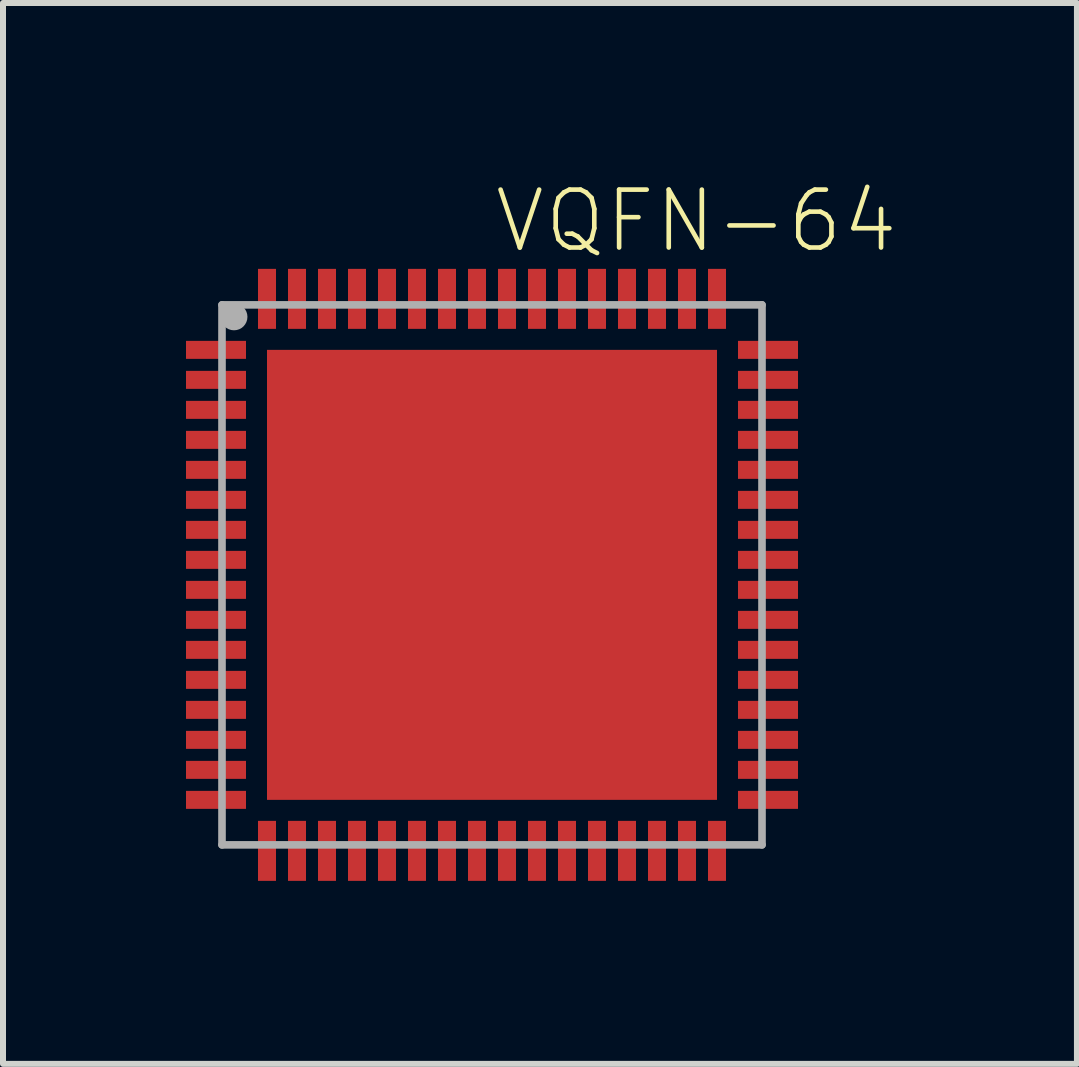
<source format=kicad_pcb>
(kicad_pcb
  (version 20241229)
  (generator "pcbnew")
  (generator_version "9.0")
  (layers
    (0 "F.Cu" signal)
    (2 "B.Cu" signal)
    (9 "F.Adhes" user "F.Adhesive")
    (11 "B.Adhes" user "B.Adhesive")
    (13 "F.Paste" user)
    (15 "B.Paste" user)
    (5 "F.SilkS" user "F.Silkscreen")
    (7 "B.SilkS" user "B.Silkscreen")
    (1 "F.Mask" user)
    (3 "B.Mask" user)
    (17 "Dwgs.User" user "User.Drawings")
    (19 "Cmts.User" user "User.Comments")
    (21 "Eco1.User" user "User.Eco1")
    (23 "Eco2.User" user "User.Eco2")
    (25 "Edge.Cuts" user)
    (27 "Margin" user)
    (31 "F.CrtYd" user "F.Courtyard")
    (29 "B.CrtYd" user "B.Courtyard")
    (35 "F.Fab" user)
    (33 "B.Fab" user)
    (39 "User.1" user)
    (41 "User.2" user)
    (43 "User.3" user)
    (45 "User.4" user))
  (footprint "VQFN-64"
    (layer "F.Cu")
    (at 5.15 6.531)
    (property "Reference" "VQFN-64" (at 0 -5.334 180) (layer "F.SilkS") (effects (font (size 0.965 0.965) (thickness 0.077)) (justify left bottom)))
    (attr through_hole)
    (fp_poly (pts (xy -5.15 -3.55) (xy -4.05 -3.55) (xy -4.05 -3.95) (xy -5.15 -3.95)) (stroke (width 0) (type solid)) (fill yes) (layer "F.Mask"))
    (fp_poly (pts (xy -5.15 -3.05) (xy -4.05 -3.05) (xy -4.05 -3.45) (xy -5.15 -3.45)) (stroke (width 0) (type solid)) (fill yes) (layer "F.Mask"))
    (fp_poly (pts (xy -5.15 -2.55) (xy -4.05 -2.55) (xy -4.05 -2.95) (xy -5.15 -2.95)) (stroke (width 0) (type solid)) (fill yes) (layer "F.Mask"))
    (fp_poly (pts (xy -5.15 -2.05) (xy -4.05 -2.05) (xy -4.05 -2.45) (xy -5.15 -2.45)) (stroke (width 0) (type solid)) (fill yes) (layer "F.Mask"))
    (fp_poly (pts (xy -5.15 -1.55) (xy -4.05 -1.55) (xy -4.05 -1.95) (xy -5.15 -1.95)) (stroke (width 0) (type solid)) (fill yes) (layer "F.Mask"))
    (fp_poly (pts (xy -5.15 -1.05) (xy -4.05 -1.05) (xy -4.05 -1.45) (xy -5.15 -1.45)) (stroke (width 0) (type solid)) (fill yes) (layer "F.Mask"))
    (fp_poly (pts (xy -5.15 -0.55) (xy -4.05 -0.55) (xy -4.05 -0.95) (xy -5.15 -0.95)) (stroke (width 0) (type solid)) (fill yes) (layer "F.Mask"))
    (fp_poly (pts (xy -5.15 -0.05) (xy -4.05 -0.05) (xy -4.05 -0.45) (xy -5.15 -0.45)) (stroke (width 0) (type solid)) (fill yes) (layer "F.Mask"))
    (fp_poly (pts (xy -5.15 0.45) (xy -4.05 0.45) (xy -4.05 0.05) (xy -5.15 0.05)) (stroke (width 0) (type solid)) (fill yes) (layer "F.Mask"))
    (fp_poly (pts (xy -5.15 0.95) (xy -4.05 0.95) (xy -4.05 0.55) (xy -5.15 0.55)) (stroke (width 0) (type solid)) (fill yes) (layer "F.Mask"))
    (fp_poly (pts (xy -5.15 1.45) (xy -4.05 1.45) (xy -4.05 1.05) (xy -5.15 1.05)) (stroke (width 0) (type solid)) (fill yes) (layer "F.Mask"))
    (fp_poly (pts (xy -5.15 1.95) (xy -4.05 1.95) (xy -4.05 1.55) (xy -5.15 1.55)) (stroke (width 0) (type solid)) (fill yes) (layer "F.Mask"))
    (fp_poly (pts (xy -5.15 2.45) (xy -4.05 2.45) (xy -4.05 2.05) (xy -5.15 2.05)) (stroke (width 0) (type solid)) (fill yes) (layer "F.Mask"))
    (fp_poly (pts (xy -5.15 2.95) (xy -4.05 2.95) (xy -4.05 2.55) (xy -5.15 2.55)) (stroke (width 0) (type solid)) (fill yes) (layer "F.Mask"))
    (fp_poly (pts (xy -5.15 3.45) (xy -4.05 3.45) (xy -4.05 3.05) (xy -5.15 3.05)) (stroke (width 0) (type solid)) (fill yes) (layer "F.Mask"))
    (fp_poly (pts (xy -5.15 3.95) (xy -4.05 3.95) (xy -4.05 3.55) (xy -5.15 3.55)) (stroke (width 0) (type solid)) (fill yes) (layer "F.Mask"))
    (fp_poly (pts (xy -3.95 -5.15) (xy -3.95 -4.05) (xy -3.55 -4.05) (xy -3.55 -5.15)) (stroke (width 0) (type solid)) (fill yes) (layer "F.Mask"))
    (fp_poly (pts (xy -3.8 3.8) (xy 3.8 3.8) (xy 3.8 -3.8) (xy -3.8 -3.8)) (stroke (width 0) (type solid)) (fill yes) (layer "F.Mask"))
    (fp_poly (pts (xy -3.55 5.15) (xy -3.55 4.05) (xy -3.95 4.05) (xy -3.95 5.15)) (stroke (width 0) (type solid)) (fill yes) (layer "F.Mask"))
    (fp_poly (pts (xy -3.45 -5.15) (xy -3.45 -4.05) (xy -3.05 -4.05) (xy -3.05 -5.15)) (stroke (width 0) (type solid)) (fill yes) (layer "F.Mask"))
    (fp_poly (pts (xy -3.05 5.15) (xy -3.05 4.05) (xy -3.45 4.05) (xy -3.45 5.15)) (stroke (width 0) (type solid)) (fill yes) (layer "F.Mask"))
    (fp_poly (pts (xy -2.95 -5.15) (xy -2.95 -4.05) (xy -2.55 -4.05) (xy -2.55 -5.15)) (stroke (width 0) (type solid)) (fill yes) (layer "F.Mask"))
    (fp_poly (pts (xy -2.55 5.15) (xy -2.55 4.05) (xy -2.95 4.05) (xy -2.95 5.15)) (stroke (width 0) (type solid)) (fill yes) (layer "F.Mask"))
    (fp_poly (pts (xy -2.45 -5.15) (xy -2.45 -4.05) (xy -2.05 -4.05) (xy -2.05 -5.15)) (stroke (width 0) (type solid)) (fill yes) (layer "F.Mask"))
    (fp_poly (pts (xy -2.05 5.15) (xy -2.05 4.05) (xy -2.45 4.05) (xy -2.45 5.15)) (stroke (width 0) (type solid)) (fill yes) (layer "F.Mask"))
    (fp_poly (pts (xy -1.95 -5.15) (xy -1.95 -4.05) (xy -1.55 -4.05) (xy -1.55 -5.15)) (stroke (width 0) (type solid)) (fill yes) (layer "F.Mask"))
    (fp_poly (pts (xy -1.55 5.15) (xy -1.55 4.05) (xy -1.95 4.05) (xy -1.95 5.15)) (stroke (width 0) (type solid)) (fill yes) (layer "F.Mask"))
    (fp_poly (pts (xy -1.45 -5.15) (xy -1.45 -4.05) (xy -1.05 -4.05) (xy -1.05 -5.15)) (stroke (width 0) (type solid)) (fill yes) (layer "F.Mask"))
    (fp_poly (pts (xy -1.05 5.15) (xy -1.05 4.05) (xy -1.45 4.05) (xy -1.45 5.15)) (stroke (width 0) (type solid)) (fill yes) (layer "F.Mask"))
    (fp_poly (pts (xy -0.95 -5.15) (xy -0.95 -4.05) (xy -0.55 -4.05) (xy -0.55 -5.15)) (stroke (width 0) (type solid)) (fill yes) (layer "F.Mask"))
    (fp_poly (pts (xy -0.55 5.15) (xy -0.55 4.05) (xy -0.95 4.05) (xy -0.95 5.15)) (stroke (width 0) (type solid)) (fill yes) (layer "F.Mask"))
    (fp_poly (pts (xy -0.45 -5.15) (xy -0.45 -4.05) (xy -0.05 -4.05) (xy -0.05 -5.15)) (stroke (width 0) (type solid)) (fill yes) (layer "F.Mask"))
    (fp_poly (pts (xy -0.05 5.15) (xy -0.05 4.05) (xy -0.45 4.05) (xy -0.45 5.15)) (stroke (width 0) (type solid)) (fill yes) (layer "F.Mask"))
    (fp_poly (pts (xy 0.05 -5.15) (xy 0.05 -4.05) (xy 0.45 -4.05) (xy 0.45 -5.15)) (stroke (width 0) (type solid)) (fill yes) (layer "F.Mask"))
    (fp_poly (pts (xy 0.45 5.15) (xy 0.45 4.05) (xy 0.05 4.05) (xy 0.05 5.15)) (stroke (width 0) (type solid)) (fill yes) (layer "F.Mask"))
    (fp_poly (pts (xy 0.55 -5.15) (xy 0.55 -4.05) (xy 0.95 -4.05) (xy 0.95 -5.15)) (stroke (width 0) (type solid)) (fill yes) (layer "F.Mask"))
    (fp_poly (pts (xy 0.95 5.15) (xy 0.95 4.05) (xy 0.55 4.05) (xy 0.55 5.15)) (stroke (width 0) (type solid)) (fill yes) (layer "F.Mask"))
    (fp_poly (pts (xy 1.05 -5.15) (xy 1.05 -4.05) (xy 1.45 -4.05) (xy 1.45 -5.15)) (stroke (width 0) (type solid)) (fill yes) (layer "F.Mask"))
    (fp_poly (pts (xy 1.45 5.15) (xy 1.45 4.05) (xy 1.05 4.05) (xy 1.05 5.15)) (stroke (width 0) (type solid)) (fill yes) (layer "F.Mask"))
    (fp_poly (pts (xy 1.55 -5.15) (xy 1.55 -4.05) (xy 1.95 -4.05) (xy 1.95 -5.15)) (stroke (width 0) (type solid)) (fill yes) (layer "F.Mask"))
    (fp_poly (pts (xy 1.95 5.15) (xy 1.95 4.05) (xy 1.55 4.05) (xy 1.55 5.15)) (stroke (width 0) (type solid)) (fill yes) (layer "F.Mask"))
    (fp_poly (pts (xy 2.05 -5.15) (xy 2.05 -4.05) (xy 2.45 -4.05) (xy 2.45 -5.15)) (stroke (width 0) (type solid)) (fill yes) (layer "F.Mask"))
    (fp_poly (pts (xy 2.45 5.15) (xy 2.45 4.05) (xy 2.05 4.05) (xy 2.05 5.15)) (stroke (width 0) (type solid)) (fill yes) (layer "F.Mask"))
    (fp_poly (pts (xy 2.55 -5.15) (xy 2.55 -4.05) (xy 2.95 -4.05) (xy 2.95 -5.15)) (stroke (width 0) (type solid)) (fill yes) (layer "F.Mask"))
    (fp_poly (pts (xy 2.95 5.15) (xy 2.95 4.05) (xy 2.55 4.05) (xy 2.55 5.15)) (stroke (width 0) (type solid)) (fill yes) (layer "F.Mask"))
    (fp_poly (pts (xy 3.05 -5.15) (xy 3.05 -4.05) (xy 3.45 -4.05) (xy 3.45 -5.15)) (stroke (width 0) (type solid)) (fill yes) (layer "F.Mask"))
    (fp_poly (pts (xy 3.45 5.15) (xy 3.45 4.05) (xy 3.05 4.05) (xy 3.05 5.15)) (stroke (width 0) (type solid)) (fill yes) (layer "F.Mask"))
    (fp_poly (pts (xy 3.55 -5.15) (xy 3.55 -4.05) (xy 3.95 -4.05) (xy 3.95 -5.15)) (stroke (width 0) (type solid)) (fill yes) (layer "F.Mask"))
    (fp_poly (pts (xy 3.95 5.15) (xy 3.95 4.05) (xy 3.55 4.05) (xy 3.55 5.15)) (stroke (width 0) (type solid)) (fill yes) (layer "F.Mask"))
    (fp_poly (pts (xy 5.15 -3.95) (xy 4.05 -3.95) (xy 4.05 -3.55) (xy 5.15 -3.55)) (stroke (width 0) (type solid)) (fill yes) (layer "F.Mask"))
    (fp_poly (pts (xy 5.15 -3.45) (xy 4.05 -3.45) (xy 4.05 -3.05) (xy 5.15 -3.05)) (stroke (width 0) (type solid)) (fill yes) (layer "F.Mask"))
    (fp_poly (pts (xy 5.15 -2.95) (xy 4.05 -2.95) (xy 4.05 -2.55) (xy 5.15 -2.55)) (stroke (width 0) (type solid)) (fill yes) (layer "F.Mask"))
    (fp_poly (pts (xy 5.15 -2.45) (xy 4.05 -2.45) (xy 4.05 -2.05) (xy 5.15 -2.05)) (stroke (width 0) (type solid)) (fill yes) (layer "F.Mask"))
    (fp_poly (pts (xy 5.15 -1.95) (xy 4.05 -1.95) (xy 4.05 -1.55) (xy 5.15 -1.55)) (stroke (width 0) (type solid)) (fill yes) (layer "F.Mask"))
    (fp_poly (pts (xy 5.15 -1.45) (xy 4.05 -1.45) (xy 4.05 -1.05) (xy 5.15 -1.05)) (stroke (width 0) (type solid)) (fill yes) (layer "F.Mask"))
    (fp_poly (pts (xy 5.15 -0.95) (xy 4.05 -0.95) (xy 4.05 -0.55) (xy 5.15 -0.55)) (stroke (width 0) (type solid)) (fill yes) (layer "F.Mask"))
    (fp_poly (pts (xy 5.15 -0.45) (xy 4.05 -0.45) (xy 4.05 -0.05) (xy 5.15 -0.05)) (stroke (width 0) (type solid)) (fill yes) (layer "F.Mask"))
    (fp_poly (pts (xy 5.15 0.05) (xy 4.05 0.05) (xy 4.05 0.45) (xy 5.15 0.45)) (stroke (width 0) (type solid)) (fill yes) (layer "F.Mask"))
    (fp_poly (pts (xy 5.15 0.55) (xy 4.05 0.55) (xy 4.05 0.95) (xy 5.15 0.95)) (stroke (width 0) (type solid)) (fill yes) (layer "F.Mask"))
    (fp_poly (pts (xy 5.15 1.05) (xy 4.05 1.05) (xy 4.05 1.45) (xy 5.15 1.45)) (stroke (width 0) (type solid)) (fill yes) (layer "F.Mask"))
    (fp_poly (pts (xy 5.15 1.55) (xy 4.05 1.55) (xy 4.05 1.95) (xy 5.15 1.95)) (stroke (width 0) (type solid)) (fill yes) (layer "F.Mask"))
    (fp_poly (pts (xy 5.15 2.05) (xy 4.05 2.05) (xy 4.05 2.45) (xy 5.15 2.45)) (stroke (width 0) (type solid)) (fill yes) (layer "F.Mask"))
    (fp_poly (pts (xy 5.15 2.55) (xy 4.05 2.55) (xy 4.05 2.95) (xy 5.15 2.95)) (stroke (width 0) (type solid)) (fill yes) (layer "F.Mask"))
    (fp_poly (pts (xy 5.15 3.05) (xy 4.05 3.05) (xy 4.05 3.45) (xy 5.15 3.45)) (stroke (width 0) (type solid)) (fill yes) (layer "F.Mask"))
    (fp_poly (pts (xy 5.15 3.55) (xy 4.05 3.55) (xy 4.05 3.95) (xy 5.15 3.95)) (stroke (width 0) (type solid)) (fill yes) (layer "F.Mask"))
    (fp_line (start -4.5 -4.5) (end 4.5 -4.5) (stroke (width 0.127) (type solid)) (layer "F.Fab"))
    (fp_line (start -4.5 4.5) (end -4.5 -4.5) (stroke (width 0.127) (type solid)) (layer "F.Fab"))
    (fp_line (start 4.5 -4.5) (end 4.5 4.5) (stroke (width 0.127) (type solid)) (layer "F.Fab"))
    (fp_line (start 4.5 4.5) (end -4.5 4.5) (stroke (width 0.127) (type solid)) (layer "F.Fab"))
    (fp_circle (center -4.3 -4.3) (end -4.188 -4.3) (stroke (width 0.224) (type solid)) (fill no) (layer "F.Fab"))
    (pad "1" smd rect (at -4.6 -3.75 90) (size 0.3 1) (layers "F.Cu" "F.Mask" "F.Paste"))
    (pad "2" smd rect (at -4.6 -3.25 90) (size 0.3 1) (layers "F.Cu" "F.Mask" "F.Paste"))
    (pad "3" smd rect (at -4.6 -2.75 90) (size 0.3 1) (layers "F.Cu" "F.Mask" "F.Paste"))
    (pad "4" smd rect (at -4.6 -2.25 90) (size 0.3 1) (layers "F.Cu" "F.Mask" "F.Paste"))
    (pad "5" smd rect (at -4.6 -1.75 90) (size 0.3 1) (layers "F.Cu" "F.Mask" "F.Paste"))
    (pad "6" smd rect (at -4.6 -1.25 90) (size 0.3 1) (layers "F.Cu" "F.Mask" "F.Paste"))
    (pad "7" smd rect (at -4.6 -0.75 90) (size 0.3 1) (layers "F.Cu" "F.Mask" "F.Paste"))
    (pad "8" smd rect (at -4.6 -0.25 90) (size 0.3 1) (layers "F.Cu" "F.Mask" "F.Paste"))
    (pad "9" smd rect (at -4.6 0.25 90) (size 0.3 1) (layers "F.Cu" "F.Mask" "F.Paste"))
    (pad "10" smd rect (at -4.6 0.75 90) (size 0.3 1) (layers "F.Cu" "F.Mask" "F.Paste"))
    (pad "11" smd rect (at -4.6 1.25 90) (size 0.3 1) (layers "F.Cu" "F.Mask" "F.Paste"))
    (pad "12" smd rect (at -4.6 1.75 90) (size 0.3 1) (layers "F.Cu" "F.Mask" "F.Paste"))
    (pad "13" smd rect (at -4.6 2.25 90) (size 0.3 1) (layers "F.Cu" "F.Mask" "F.Paste"))
    (pad "14" smd rect (at -4.6 2.75 90) (size 0.3 1) (layers "F.Cu" "F.Mask" "F.Paste"))
    (pad "15" smd rect (at -4.6 3.25 90) (size 0.3 1) (layers "F.Cu" "F.Mask" "F.Paste"))
    (pad "16" smd rect (at -4.6 3.75 90) (size 0.3 1) (layers "F.Cu" "F.Mask" "F.Paste"))
    (pad "17" smd rect (at -3.75 4.6 180) (size 0.3 1) (layers "F.Cu" "F.Mask" "F.Paste"))
    (pad "18" smd rect (at -3.25 4.6 180) (size 0.3 1) (layers "F.Cu" "F.Mask" "F.Paste"))
    (pad "19" smd rect (at -2.75 4.6 180) (size 0.3 1) (layers "F.Cu" "F.Mask" "F.Paste"))
    (pad "20" smd rect (at -2.25 4.6 180) (size 0.3 1) (layers "F.Cu" "F.Mask" "F.Paste"))
    (pad "21" smd rect (at -1.75 4.6 180) (size 0.3 1) (layers "F.Cu" "F.Mask" "F.Paste"))
    (pad "22" smd rect (at -1.25 4.6 180) (size 0.3 1) (layers "F.Cu" "F.Mask" "F.Paste"))
    (pad "23" smd rect (at -0.75 4.6 180) (size 0.3 1) (layers "F.Cu" "F.Mask" "F.Paste"))
    (pad "24" smd rect (at -0.25 4.6 180) (size 0.3 1) (layers "F.Cu" "F.Mask" "F.Paste"))
    (pad "25" smd rect (at 0.25 4.6 180) (size 0.3 1) (layers "F.Cu" "F.Mask" "F.Paste"))
    (pad "26" smd rect (at 0.75 4.6 180) (size 0.3 1) (layers "F.Cu" "F.Mask" "F.Paste"))
    (pad "27" smd rect (at 1.25 4.6 180) (size 0.3 1) (layers "F.Cu" "F.Mask" "F.Paste"))
    (pad "28" smd rect (at 1.75 4.6 180) (size 0.3 1) (layers "F.Cu" "F.Mask" "F.Paste"))
    (pad "29" smd rect (at 2.25 4.6 180) (size 0.3 1) (layers "F.Cu" "F.Mask" "F.Paste"))
    (pad "30" smd rect (at 2.75 4.6 180) (size 0.3 1) (layers "F.Cu" "F.Mask" "F.Paste"))
    (pad "31" smd rect (at 3.25 4.6 180) (size 0.3 1) (layers "F.Cu" "F.Mask" "F.Paste"))
    (pad "32" smd rect (at 3.75 4.6 180) (size 0.3 1) (layers "F.Cu" "F.Mask" "F.Paste"))
    (pad "33" smd rect (at 4.6 3.75 270) (size 0.3 1) (layers "F.Cu" "F.Mask" "F.Paste"))
    (pad "34" smd rect (at 4.6 3.25 270) (size 0.3 1) (layers "F.Cu" "F.Mask" "F.Paste"))
    (pad "35" smd rect (at 4.6 2.75 270) (size 0.3 1) (layers "F.Cu" "F.Mask" "F.Paste"))
    (pad "36" smd rect (at 4.6 2.25 270) (size 0.3 1) (layers "F.Cu" "F.Mask" "F.Paste"))
    (pad "37" smd rect (at 4.6 1.75 270) (size 0.3 1) (layers "F.Cu" "F.Mask" "F.Paste"))
    (pad "38" smd rect (at 4.6 1.25 270) (size 0.3 1) (layers "F.Cu" "F.Mask" "F.Paste"))
    (pad "39" smd rect (at 4.6 0.75 270) (size 0.3 1) (layers "F.Cu" "F.Mask" "F.Paste"))
    (pad "40" smd rect (at 4.6 0.25 270) (size 0.3 1) (layers "F.Cu" "F.Mask" "F.Paste"))
    (pad "41" smd rect (at 4.6 -0.25 270) (size 0.3 1) (layers "F.Cu" "F.Mask" "F.Paste"))
    (pad "42" smd rect (at 4.6 -0.75 270) (size 0.3 1) (layers "F.Cu" "F.Mask" "F.Paste"))
    (pad "43" smd rect (at 4.6 -1.25 270) (size 0.3 1) (layers "F.Cu" "F.Mask" "F.Paste"))
    (pad "44" smd rect (at 4.6 -1.75 270) (size 0.3 1) (layers "F.Cu" "F.Mask" "F.Paste"))
    (pad "45" smd rect (at 4.6 -2.25 270) (size 0.3 1) (layers "F.Cu" "F.Mask" "F.Paste"))
    (pad "46" smd rect (at 4.6 -2.75 270) (size 0.3 1) (layers "F.Cu" "F.Mask" "F.Paste"))
    (pad "47" smd rect (at 4.6 -3.25 270) (size 0.3 1) (layers "F.Cu" "F.Mask" "F.Paste"))
    (pad "48" smd rect (at 4.6 -3.75 270) (size 0.3 1) (layers "F.Cu" "F.Mask" "F.Paste"))
    (pad "49" smd rect (at 3.75 -4.6) (size 0.3 1) (layers "F.Cu" "F.Mask" "F.Paste"))
    (pad "50" smd rect (at 3.25 -4.6) (size 0.3 1) (layers "F.Cu" "F.Mask" "F.Paste"))
    (pad "51" smd rect (at 2.75 -4.6) (size 0.3 1) (layers "F.Cu" "F.Mask" "F.Paste"))
    (pad "52" smd rect (at 2.25 -4.6) (size 0.3 1) (layers "F.Cu" "F.Mask" "F.Paste"))
    (pad "53" smd rect (at 1.75 -4.6) (size 0.3 1) (layers "F.Cu" "F.Mask" "F.Paste"))
    (pad "54" smd rect (at 1.25 -4.6) (size 0.3 1) (layers "F.Cu" "F.Mask" "F.Paste"))
    (pad "55" smd rect (at 0.75 -4.6) (size 0.3 1) (layers "F.Cu" "F.Mask" "F.Paste"))
    (pad "56" smd rect (at 0.25 -4.6) (size 0.3 1) (layers "F.Cu" "F.Mask" "F.Paste"))
    (pad "57" smd rect (at -0.25 -4.6) (size 0.3 1) (layers "F.Cu" "F.Mask" "F.Paste"))
    (pad "58" smd rect (at -0.75 -4.6) (size 0.3 1) (layers "F.Cu" "F.Mask" "F.Paste"))
    (pad "59" smd rect (at -1.25 -4.6) (size 0.3 1) (layers "F.Cu" "F.Mask" "F.Paste"))
    (pad "60" smd rect (at -1.75 -4.6) (size 0.3 1) (layers "F.Cu" "F.Mask" "F.Paste"))
    (pad "61" smd rect (at -2.25 -4.6) (size 0.3 1) (layers "F.Cu" "F.Mask" "F.Paste"))
    (pad "62" smd rect (at -2.75 -4.6) (size 0.3 1) (layers "F.Cu" "F.Mask" "F.Paste"))
    (pad "63" smd rect (at -3.25 -4.6) (size 0.3 1) (layers "F.Cu" "F.Mask" "F.Paste"))
    (pad "64" smd rect (at -3.75 -4.6) (size 0.3 1) (layers "F.Cu" "F.Mask" "F.Paste"))
    (pad "PGND" smd rect (at 0 0) (size 7.5 7.5) (layers "F.Cu" "F.Mask" "F.Paste")))
  (gr_rect
    (start -3 -3)
    (end 14.899 14.681)
    (stroke (width 0.1) (type default))
    (fill no)
    (layer "Edge.Cuts")))
</source>
